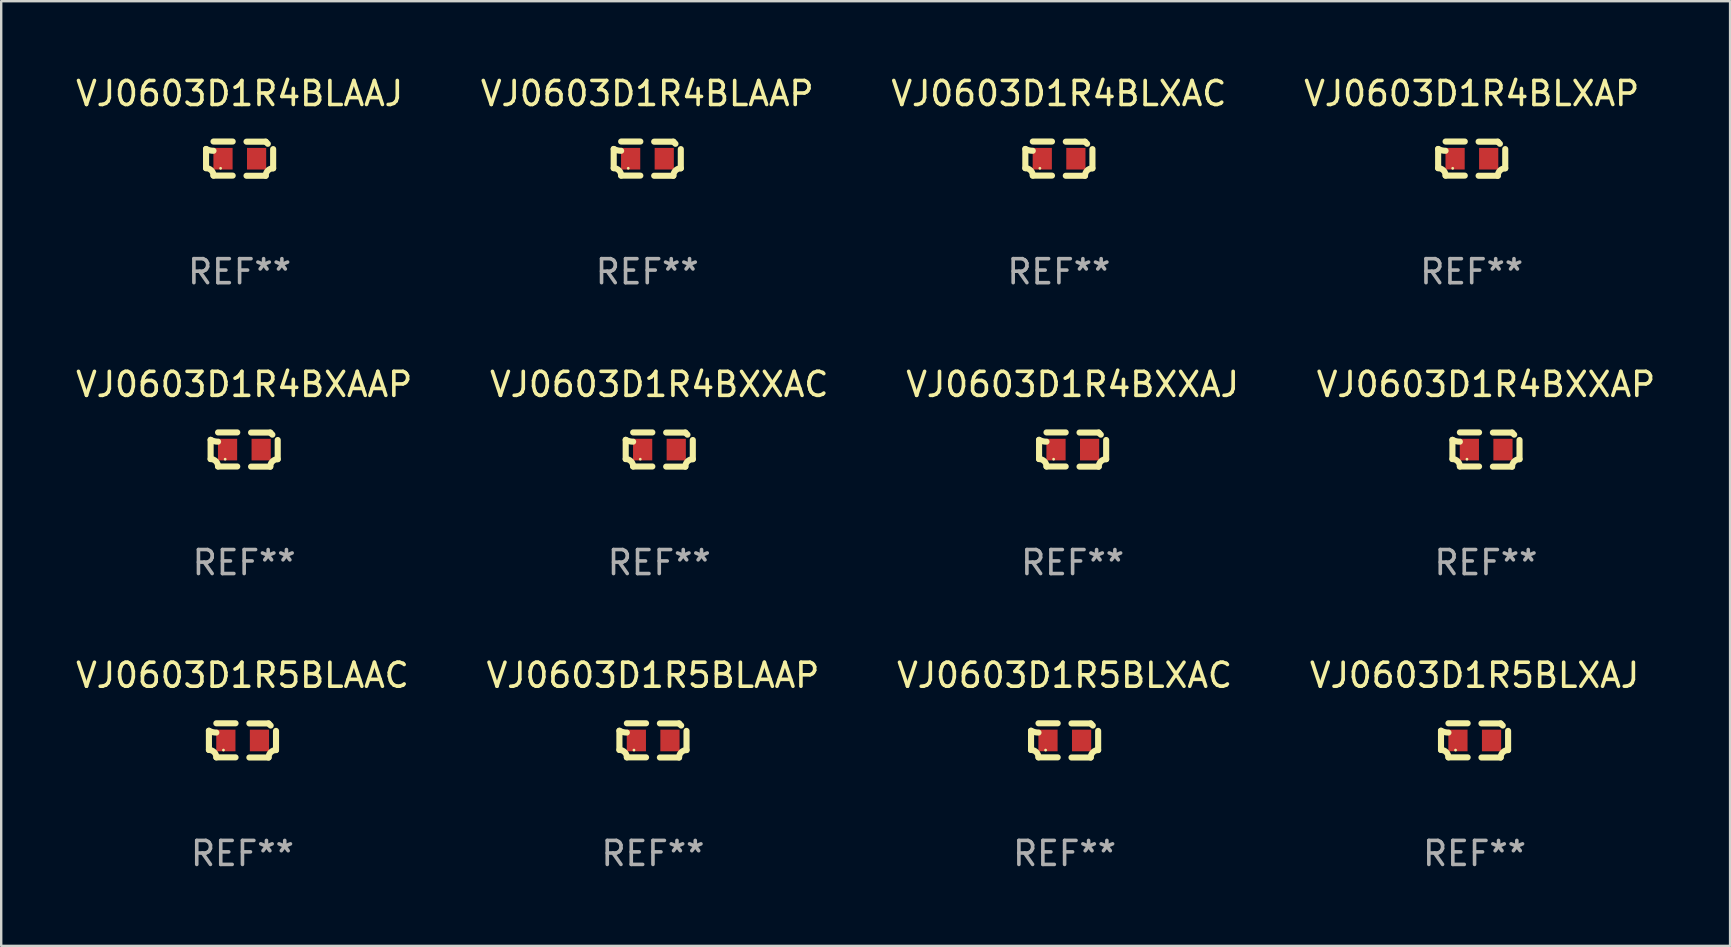
<source format=kicad_pcb>
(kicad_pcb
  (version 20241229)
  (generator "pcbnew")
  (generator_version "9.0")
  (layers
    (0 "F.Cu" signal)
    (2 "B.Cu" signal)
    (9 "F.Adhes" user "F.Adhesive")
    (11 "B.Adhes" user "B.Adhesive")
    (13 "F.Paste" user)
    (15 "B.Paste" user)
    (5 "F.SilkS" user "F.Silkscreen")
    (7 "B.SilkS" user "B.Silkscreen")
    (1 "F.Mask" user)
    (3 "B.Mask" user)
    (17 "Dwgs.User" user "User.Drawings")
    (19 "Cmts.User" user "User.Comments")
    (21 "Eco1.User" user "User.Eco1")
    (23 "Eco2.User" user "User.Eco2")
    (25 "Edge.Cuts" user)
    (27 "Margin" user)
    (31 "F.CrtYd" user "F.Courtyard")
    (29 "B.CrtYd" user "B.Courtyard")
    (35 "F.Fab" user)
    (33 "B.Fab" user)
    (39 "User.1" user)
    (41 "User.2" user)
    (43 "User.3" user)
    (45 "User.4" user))
  (footprint "VJ0603D1R4BLAAP"
    (layer "F.Cu")
    (at 23.923 3.561)
    (property "Reference" "VJ0603D1R4BLAAP" (at 0 -2.713 0) (layer "F.SilkS") (effects (font (size 1 1) (thickness 0.15))))
    (attr through_hole)
    (fp_line (start -1.398 -0.403) (end -1.398 0.397) (stroke (width 0.254) (type solid)) (layer "F.SilkS"))
    (fp_line (start -0.288 -0.713) (end -1.088 -0.713) (stroke (width 0.254) (type solid)) (layer "F.SilkS"))
    (fp_line (start -0.288 0.707) (end -1.088 0.707) (stroke (width 0.254) (type solid)) (layer "F.SilkS"))
    (fp_line (start 0.288 -0.707) (end 1.088 -0.707) (stroke (width 0.254) (type solid)) (layer "F.SilkS"))
    (fp_line (start 0.288 0.713) (end 1.088 0.713) (stroke (width 0.254) (type solid)) (layer "F.SilkS"))
    (fp_line (start 1.398 -0.397) (end 1.398 0.403) (stroke (width 0.254) (type solid)) (layer "F.SilkS"))
    (fp_arc (start -1.397789 0.397066) (mid -1.178701 0.487826) (end -1.08796 0.706922) (stroke (width 0.254001) (type solid)) (layer "F.SilkS"))
    (fp_arc (start -1.08796 -0.327176) (mid -1.247436 -0.346384) (end -1.39779 -0.402908) (stroke (width 0.254001) (type solid)) (layer "F.SilkS"))
    (fp_arc (start 1.087909 0.712738) (mid 1.178656 0.493655) (end 1.397739 0.402908) (stroke (width 0.254001) (type solid)) (layer "F.SilkS"))
    (fp_arc (start 1.175925 -0.618926) (mid 1.131917 -0.662923) (end 1.08791 -0.706922) (stroke (width 0.254001) (type solid)) (layer "F.SilkS"))
    (fp_circle (center -0.792 0.403) (end -0.762 0.403) (stroke (width 0.06) (type solid)) (fill no) (layer "F.SilkS"))
    (fp_text user "REF**" (at 0 4.713 0) (layer "F.Fab") (effects (font (size 1 1) (thickness 0.15))))
    (pad "1" smd rect (at -0.692 0.003) (size 0.8 0.9) (layers "F.Cu" "F.Mask" "F.Paste"))
    (pad "2" smd rect (at 0.708 0.003) (size 0.8 0.9) (layers "F.Cu" "F.Mask" "F.Paste")))
  (footprint "VJ0603D1R4BXXAP"
    (layer "F.Cu")
    (at 58.875 15.683)
    (property "Reference" "VJ0603D1R4BXXAP" (at 0 -2.713 0) (layer "F.SilkS") (effects (font (size 1 1) (thickness 0.15))))
    (attr through_hole)
    (fp_line (start -1.398 -0.403) (end -1.398 0.397) (stroke (width 0.254) (type solid)) (layer "F.SilkS"))
    (fp_line (start -0.288 -0.713) (end -1.088 -0.713) (stroke (width 0.254) (type solid)) (layer "F.SilkS"))
    (fp_line (start -0.288 0.707) (end -1.088 0.707) (stroke (width 0.254) (type solid)) (layer "F.SilkS"))
    (fp_line (start 0.288 -0.707) (end 1.088 -0.707) (stroke (width 0.254) (type solid)) (layer "F.SilkS"))
    (fp_line (start 0.288 0.713) (end 1.088 0.713) (stroke (width 0.254) (type solid)) (layer "F.SilkS"))
    (fp_line (start 1.398 -0.397) (end 1.398 0.403) (stroke (width 0.254) (type solid)) (layer "F.SilkS"))
    (fp_arc (start -1.397789 0.397066) (mid -1.178701 0.487826) (end -1.08796 0.706922) (stroke (width 0.254001) (type solid)) (layer "F.SilkS"))
    (fp_arc (start -1.08796 -0.327176) (mid -1.247436 -0.346384) (end -1.39779 -0.402908) (stroke (width 0.254001) (type solid)) (layer "F.SilkS"))
    (fp_arc (start 1.087909 0.712738) (mid 1.178656 0.493655) (end 1.397739 0.402908) (stroke (width 0.254001) (type solid)) (layer "F.SilkS"))
    (fp_arc (start 1.175925 -0.618926) (mid 1.131917 -0.662923) (end 1.08791 -0.706922) (stroke (width 0.254001) (type solid)) (layer "F.SilkS"))
    (fp_circle (center -0.792 0.403) (end -0.762 0.403) (stroke (width 0.06) (type solid)) (fill no) (layer "F.SilkS"))
    (fp_text user "REF**" (at 0 4.713 0) (layer "F.Fab") (effects (font (size 1 1) (thickness 0.15))))
    (pad "1" smd rect (at -0.692 0.003) (size 0.8 0.9) (layers "F.Cu" "F.Mask" "F.Paste"))
    (pad "2" smd rect (at 0.708 0.003) (size 0.8 0.9) (layers "F.Cu" "F.Mask" "F.Paste")))
  (footprint "VJ0603D1R4BXAAP"
    (layer "F.Cu")
    (at 7.125 15.683)
    (property "Reference" "VJ0603D1R4BXAAP" (at 0 -2.713 0) (layer "F.SilkS") (effects (font (size 1 1) (thickness 0.15))))
    (attr through_hole)
    (fp_line (start -1.398 -0.403) (end -1.398 0.397) (stroke (width 0.254) (type solid)) (layer "F.SilkS"))
    (fp_line (start -0.288 -0.713) (end -1.088 -0.713) (stroke (width 0.254) (type solid)) (layer "F.SilkS"))
    (fp_line (start -0.288 0.707) (end -1.088 0.707) (stroke (width 0.254) (type solid)) (layer "F.SilkS"))
    (fp_line (start 0.288 -0.707) (end 1.088 -0.707) (stroke (width 0.254) (type solid)) (layer "F.SilkS"))
    (fp_line (start 0.288 0.713) (end 1.088 0.713) (stroke (width 0.254) (type solid)) (layer "F.SilkS"))
    (fp_line (start 1.398 -0.397) (end 1.398 0.403) (stroke (width 0.254) (type solid)) (layer "F.SilkS"))
    (fp_arc (start -1.397789 0.397066) (mid -1.178701 0.487826) (end -1.08796 0.706922) (stroke (width 0.254001) (type solid)) (layer "F.SilkS"))
    (fp_arc (start -1.08796 -0.327176) (mid -1.247436 -0.346384) (end -1.39779 -0.402908) (stroke (width 0.254001) (type solid)) (layer "F.SilkS"))
    (fp_arc (start 1.087909 0.712738) (mid 1.178656 0.493655) (end 1.397739 0.402908) (stroke (width 0.254001) (type solid)) (layer "F.SilkS"))
    (fp_arc (start 1.175925 -0.618926) (mid 1.131917 -0.662923) (end 1.08791 -0.706922) (stroke (width 0.254001) (type solid)) (layer "F.SilkS"))
    (fp_circle (center -0.792 0.403) (end -0.762 0.403) (stroke (width 0.06) (type solid)) (fill no) (layer "F.SilkS"))
    (fp_text user "REF**" (at 0 4.713 0) (layer "F.Fab") (effects (font (size 1 1) (thickness 0.15))))
    (pad "1" smd rect (at -0.692 0.003) (size 0.8 0.9) (layers "F.Cu" "F.Mask" "F.Paste"))
    (pad "2" smd rect (at 0.708 0.003) (size 0.8 0.9) (layers "F.Cu" "F.Mask" "F.Paste")))
  (footprint "VJ0603D1R4BLAAJ"
    (layer "F.Cu")
    (at 6.935 3.561)
    (property "Reference" "VJ0603D1R4BLAAJ" (at 0 -2.713 0) (layer "F.SilkS") (effects (font (size 1 1) (thickness 0.15))))
    (attr through_hole)
    (fp_line (start -1.398 -0.403) (end -1.398 0.397) (stroke (width 0.254) (type solid)) (layer "F.SilkS"))
    (fp_line (start -0.288 -0.713) (end -1.088 -0.713) (stroke (width 0.254) (type solid)) (layer "F.SilkS"))
    (fp_line (start -0.288 0.707) (end -1.088 0.707) (stroke (width 0.254) (type solid)) (layer "F.SilkS"))
    (fp_line (start 0.288 -0.707) (end 1.088 -0.707) (stroke (width 0.254) (type solid)) (layer "F.SilkS"))
    (fp_line (start 0.288 0.713) (end 1.088 0.713) (stroke (width 0.254) (type solid)) (layer "F.SilkS"))
    (fp_line (start 1.398 -0.397) (end 1.398 0.403) (stroke (width 0.254) (type solid)) (layer "F.SilkS"))
    (fp_arc (start -1.397789 0.397066) (mid -1.178701 0.487826) (end -1.08796 0.706922) (stroke (width 0.254001) (type solid)) (layer "F.SilkS"))
    (fp_arc (start -1.08796 -0.327176) (mid -1.247436 -0.346384) (end -1.39779 -0.402908) (stroke (width 0.254001) (type solid)) (layer "F.SilkS"))
    (fp_arc (start 1.087909 0.712738) (mid 1.178656 0.493655) (end 1.397739 0.402908) (stroke (width 0.254001) (type solid)) (layer "F.SilkS"))
    (fp_arc (start 1.175925 -0.618926) (mid 1.131917 -0.662923) (end 1.08791 -0.706922) (stroke (width 0.254001) (type solid)) (layer "F.SilkS"))
    (fp_circle (center -0.792 0.403) (end -0.762 0.403) (stroke (width 0.06) (type solid)) (fill no) (layer "F.SilkS"))
    (fp_text user "REF**" (at 0 4.713 0) (layer "F.Fab") (effects (font (size 1 1) (thickness 0.15))))
    (pad "1" smd rect (at -0.692 0.003) (size 0.8 0.9) (layers "F.Cu" "F.Mask" "F.Paste"))
    (pad "2" smd rect (at 0.708 0.003) (size 0.8 0.9) (layers "F.Cu" "F.Mask" "F.Paste")))
  (footprint "VJ0603D1R5BLAAP"
    (layer "F.Cu")
    (at 24.161 27.805)
    (property "Reference" "VJ0603D1R5BLAAP" (at 0 -2.713 0) (layer "F.SilkS") (effects (font (size 1 1) (thickness 0.15))))
    (attr through_hole)
    (fp_line (start -1.398 -0.403) (end -1.398 0.397) (stroke (width 0.254) (type solid)) (layer "F.SilkS"))
    (fp_line (start -0.288 -0.713) (end -1.088 -0.713) (stroke (width 0.254) (type solid)) (layer "F.SilkS"))
    (fp_line (start -0.288 0.707) (end -1.088 0.707) (stroke (width 0.254) (type solid)) (layer "F.SilkS"))
    (fp_line (start 0.288 -0.707) (end 1.088 -0.707) (stroke (width 0.254) (type solid)) (layer "F.SilkS"))
    (fp_line (start 0.288 0.713) (end 1.088 0.713) (stroke (width 0.254) (type solid)) (layer "F.SilkS"))
    (fp_line (start 1.398 -0.397) (end 1.398 0.403) (stroke (width 0.254) (type solid)) (layer "F.SilkS"))
    (fp_arc (start -1.397789 0.397066) (mid -1.178701 0.487826) (end -1.08796 0.706922) (stroke (width 0.254001) (type solid)) (layer "F.SilkS"))
    (fp_arc (start -1.08796 -0.327176) (mid -1.247436 -0.346384) (end -1.39779 -0.402908) (stroke (width 0.254001) (type solid)) (layer "F.SilkS"))
    (fp_arc (start 1.087909 0.712738) (mid 1.178656 0.493655) (end 1.397739 0.402908) (stroke (width 0.254001) (type solid)) (layer "F.SilkS"))
    (fp_arc (start 1.175925 -0.618926) (mid 1.131917 -0.662923) (end 1.08791 -0.706922) (stroke (width 0.254001) (type solid)) (layer "F.SilkS"))
    (fp_circle (center -0.792 0.403) (end -0.762 0.403) (stroke (width 0.06) (type solid)) (fill no) (layer "F.SilkS"))
    (fp_text user "REF**" (at 0 4.713 0) (layer "F.Fab") (effects (font (size 1 1) (thickness 0.15))))
    (pad "1" smd rect (at -0.692 0.003) (size 0.8 0.9) (layers "F.Cu" "F.Mask" "F.Paste"))
    (pad "2" smd rect (at 0.708 0.003) (size 0.8 0.9) (layers "F.Cu" "F.Mask" "F.Paste")))
  (footprint "VJ0603D1R4BLXAP"
    (layer "F.Cu")
    (at 58.28 3.561)
    (property "Reference" "VJ0603D1R4BLXAP" (at 0 -2.713 0) (layer "F.SilkS") (effects (font (size 1 1) (thickness 0.15))))
    (attr through_hole)
    (fp_line (start -1.398 -0.403) (end -1.398 0.397) (stroke (width 0.254) (type solid)) (layer "F.SilkS"))
    (fp_line (start -0.288 -0.713) (end -1.088 -0.713) (stroke (width 0.254) (type solid)) (layer "F.SilkS"))
    (fp_line (start -0.288 0.707) (end -1.088 0.707) (stroke (width 0.254) (type solid)) (layer "F.SilkS"))
    (fp_line (start 0.288 -0.707) (end 1.088 -0.707) (stroke (width 0.254) (type solid)) (layer "F.SilkS"))
    (fp_line (start 0.288 0.713) (end 1.088 0.713) (stroke (width 0.254) (type solid)) (layer "F.SilkS"))
    (fp_line (start 1.398 -0.397) (end 1.398 0.403) (stroke (width 0.254) (type solid)) (layer "F.SilkS"))
    (fp_arc (start -1.397789 0.397066) (mid -1.178701 0.487826) (end -1.08796 0.706922) (stroke (width 0.254001) (type solid)) (layer "F.SilkS"))
    (fp_arc (start -1.08796 -0.327176) (mid -1.247436 -0.346384) (end -1.39779 -0.402908) (stroke (width 0.254001) (type solid)) (layer "F.SilkS"))
    (fp_arc (start 1.087909 0.712738) (mid 1.178656 0.493655) (end 1.397739 0.402908) (stroke (width 0.254001) (type solid)) (layer "F.SilkS"))
    (fp_arc (start 1.175925 -0.618926) (mid 1.131917 -0.662923) (end 1.08791 -0.706922) (stroke (width 0.254001) (type solid)) (layer "F.SilkS"))
    (fp_circle (center -0.792 0.403) (end -0.762 0.403) (stroke (width 0.06) (type solid)) (fill no) (layer "F.SilkS"))
    (fp_text user "REF**" (at 0 4.713 0) (layer "F.Fab") (effects (font (size 1 1) (thickness 0.15))))
    (pad "1" smd rect (at -0.692 0.003) (size 0.8 0.9) (layers "F.Cu" "F.Mask" "F.Paste"))
    (pad "2" smd rect (at 0.708 0.003) (size 0.8 0.9) (layers "F.Cu" "F.Mask" "F.Paste")))
  (footprint "VJ0603D1R4BXXAJ"
    (layer "F.Cu")
    (at 41.649 15.683)
    (property "Reference" "VJ0603D1R4BXXAJ" (at 0 -2.713 0) (layer "F.SilkS") (effects (font (size 1 1) (thickness 0.15))))
    (attr through_hole)
    (fp_line (start -1.398 -0.403) (end -1.398 0.397) (stroke (width 0.254) (type solid)) (layer "F.SilkS"))
    (fp_line (start -0.288 -0.713) (end -1.088 -0.713) (stroke (width 0.254) (type solid)) (layer "F.SilkS"))
    (fp_line (start -0.288 0.707) (end -1.088 0.707) (stroke (width 0.254) (type solid)) (layer "F.SilkS"))
    (fp_line (start 0.288 -0.707) (end 1.088 -0.707) (stroke (width 0.254) (type solid)) (layer "F.SilkS"))
    (fp_line (start 0.288 0.713) (end 1.088 0.713) (stroke (width 0.254) (type solid)) (layer "F.SilkS"))
    (fp_line (start 1.398 -0.397) (end 1.398 0.403) (stroke (width 0.254) (type solid)) (layer "F.SilkS"))
    (fp_arc (start -1.397789 0.397066) (mid -1.178701 0.487826) (end -1.08796 0.706922) (stroke (width 0.254001) (type solid)) (layer "F.SilkS"))
    (fp_arc (start -1.08796 -0.327176) (mid -1.247436 -0.346384) (end -1.39779 -0.402908) (stroke (width 0.254001) (type solid)) (layer "F.SilkS"))
    (fp_arc (start 1.087909 0.712738) (mid 1.178656 0.493655) (end 1.397739 0.402908) (stroke (width 0.254001) (type solid)) (layer "F.SilkS"))
    (fp_arc (start 1.175925 -0.618926) (mid 1.131917 -0.662923) (end 1.08791 -0.706922) (stroke (width 0.254001) (type solid)) (layer "F.SilkS"))
    (fp_circle (center -0.792 0.403) (end -0.762 0.403) (stroke (width 0.06) (type solid)) (fill no) (layer "F.SilkS"))
    (fp_text user "REF**" (at 0 4.713 0) (layer "F.Fab") (effects (font (size 1 1) (thickness 0.15))))
    (pad "1" smd rect (at -0.692 0.003) (size 0.8 0.9) (layers "F.Cu" "F.Mask" "F.Paste"))
    (pad "2" smd rect (at 0.708 0.003) (size 0.8 0.9) (layers "F.Cu" "F.Mask" "F.Paste")))
  (footprint "VJ0603D1R4BLXAC"
    (layer "F.Cu")
    (at 41.077 3.561)
    (property "Reference" "VJ0603D1R4BLXAC" (at 0 -2.713 0) (layer "F.SilkS") (effects (font (size 1 1) (thickness 0.15))))
    (attr through_hole)
    (fp_line (start -1.398 -0.403) (end -1.398 0.397) (stroke (width 0.254) (type solid)) (layer "F.SilkS"))
    (fp_line (start -0.288 -0.713) (end -1.088 -0.713) (stroke (width 0.254) (type solid)) (layer "F.SilkS"))
    (fp_line (start -0.288 0.707) (end -1.088 0.707) (stroke (width 0.254) (type solid)) (layer "F.SilkS"))
    (fp_line (start 0.288 -0.707) (end 1.088 -0.707) (stroke (width 0.254) (type solid)) (layer "F.SilkS"))
    (fp_line (start 0.288 0.713) (end 1.088 0.713) (stroke (width 0.254) (type solid)) (layer "F.SilkS"))
    (fp_line (start 1.398 -0.397) (end 1.398 0.403) (stroke (width 0.254) (type solid)) (layer "F.SilkS"))
    (fp_arc (start -1.397789 0.397066) (mid -1.178701 0.487826) (end -1.08796 0.706922) (stroke (width 0.254001) (type solid)) (layer "F.SilkS"))
    (fp_arc (start -1.08796 -0.327176) (mid -1.247436 -0.346384) (end -1.39779 -0.402908) (stroke (width 0.254001) (type solid)) (layer "F.SilkS"))
    (fp_arc (start 1.087909 0.712738) (mid 1.178656 0.493655) (end 1.397739 0.402908) (stroke (width 0.254001) (type solid)) (layer "F.SilkS"))
    (fp_arc (start 1.175925 -0.618926) (mid 1.131917 -0.662923) (end 1.08791 -0.706922) (stroke (width 0.254001) (type solid)) (layer "F.SilkS"))
    (fp_circle (center -0.792 0.403) (end -0.762 0.403) (stroke (width 0.06) (type solid)) (fill no) (layer "F.SilkS"))
    (fp_text user "REF**" (at 0 4.713 0) (layer "F.Fab") (effects (font (size 1 1) (thickness 0.15))))
    (pad "1" smd rect (at -0.692 0.003) (size 0.8 0.9) (layers "F.Cu" "F.Mask" "F.Paste"))
    (pad "2" smd rect (at 0.708 0.003) (size 0.8 0.9) (layers "F.Cu" "F.Mask" "F.Paste")))
  (footprint "VJ0603D1R5BLAAC"
    (layer "F.Cu")
    (at 7.054 27.805)
    (property "Reference" "VJ0603D1R5BLAAC" (at 0 -2.713 0) (layer "F.SilkS") (effects (font (size 1 1) (thickness 0.15))))
    (attr through_hole)
    (fp_line (start -1.398 -0.403) (end -1.398 0.397) (stroke (width 0.254) (type solid)) (layer "F.SilkS"))
    (fp_line (start -0.288 -0.713) (end -1.088 -0.713) (stroke (width 0.254) (type solid)) (layer "F.SilkS"))
    (fp_line (start -0.288 0.707) (end -1.088 0.707) (stroke (width 0.254) (type solid)) (layer "F.SilkS"))
    (fp_line (start 0.288 -0.707) (end 1.088 -0.707) (stroke (width 0.254) (type solid)) (layer "F.SilkS"))
    (fp_line (start 0.288 0.713) (end 1.088 0.713) (stroke (width 0.254) (type solid)) (layer "F.SilkS"))
    (fp_line (start 1.398 -0.397) (end 1.398 0.403) (stroke (width 0.254) (type solid)) (layer "F.SilkS"))
    (fp_arc (start -1.397789 0.397066) (mid -1.178701 0.487826) (end -1.08796 0.706922) (stroke (width 0.254001) (type solid)) (layer "F.SilkS"))
    (fp_arc (start -1.08796 -0.327176) (mid -1.247436 -0.346384) (end -1.39779 -0.402908) (stroke (width 0.254001) (type solid)) (layer "F.SilkS"))
    (fp_arc (start 1.087909 0.712738) (mid 1.178656 0.493655) (end 1.397739 0.402908) (stroke (width 0.254001) (type solid)) (layer "F.SilkS"))
    (fp_arc (start 1.175925 -0.618926) (mid 1.131917 -0.662923) (end 1.08791 -0.706922) (stroke (width 0.254001) (type solid)) (layer "F.SilkS"))
    (fp_circle (center -0.792 0.403) (end -0.762 0.403) (stroke (width 0.06) (type solid)) (fill no) (layer "F.SilkS"))
    (fp_text user "REF**" (at 0 4.713 0) (layer "F.Fab") (effects (font (size 1 1) (thickness 0.15))))
    (pad "1" smd rect (at -0.692 0.003) (size 0.8 0.9) (layers "F.Cu" "F.Mask" "F.Paste"))
    (pad "2" smd rect (at 0.708 0.003) (size 0.8 0.9) (layers "F.Cu" "F.Mask" "F.Paste")))
  (footprint "VJ0603D1R4BXXAC"
    (layer "F.Cu")
    (at 24.423 15.683)
    (property "Reference" "VJ0603D1R4BXXAC" (at 0 -2.713 0) (layer "F.SilkS") (effects (font (size 1 1) (thickness 0.15))))
    (attr through_hole)
    (fp_line (start -1.398 -0.403) (end -1.398 0.397) (stroke (width 0.254) (type solid)) (layer "F.SilkS"))
    (fp_line (start -0.288 -0.713) (end -1.088 -0.713) (stroke (width 0.254) (type solid)) (layer "F.SilkS"))
    (fp_line (start -0.288 0.707) (end -1.088 0.707) (stroke (width 0.254) (type solid)) (layer "F.SilkS"))
    (fp_line (start 0.288 -0.707) (end 1.088 -0.707) (stroke (width 0.254) (type solid)) (layer "F.SilkS"))
    (fp_line (start 0.288 0.713) (end 1.088 0.713) (stroke (width 0.254) (type solid)) (layer "F.SilkS"))
    (fp_line (start 1.398 -0.397) (end 1.398 0.403) (stroke (width 0.254) (type solid)) (layer "F.SilkS"))
    (fp_arc (start -1.397789 0.397066) (mid -1.178701 0.487826) (end -1.08796 0.706922) (stroke (width 0.254001) (type solid)) (layer "F.SilkS"))
    (fp_arc (start -1.08796 -0.327176) (mid -1.247436 -0.346384) (end -1.39779 -0.402908) (stroke (width 0.254001) (type solid)) (layer "F.SilkS"))
    (fp_arc (start 1.087909 0.712738) (mid 1.178656 0.493655) (end 1.397739 0.402908) (stroke (width 0.254001) (type solid)) (layer "F.SilkS"))
    (fp_arc (start 1.175925 -0.618926) (mid 1.131917 -0.662923) (end 1.08791 -0.706922) (stroke (width 0.254001) (type solid)) (layer "F.SilkS"))
    (fp_circle (center -0.792 0.403) (end -0.762 0.403) (stroke (width 0.06) (type solid)) (fill no) (layer "F.SilkS"))
    (fp_text user "REF**" (at 0 4.713 0) (layer "F.Fab") (effects (font (size 1 1) (thickness 0.15))))
    (pad "1" smd rect (at -0.692 0.003) (size 0.8 0.9) (layers "F.Cu" "F.Mask" "F.Paste"))
    (pad "2" smd rect (at 0.708 0.003) (size 0.8 0.9) (layers "F.Cu" "F.Mask" "F.Paste")))
  (footprint "VJ0603D1R5BLXAC"
    (layer "F.Cu")
    (at 41.315 27.805)
    (property "Reference" "VJ0603D1R5BLXAC" (at 0 -2.713 0) (layer "F.SilkS") (effects (font (size 1 1) (thickness 0.15))))
    (attr through_hole)
    (fp_line (start -1.398 -0.403) (end -1.398 0.397) (stroke (width 0.254) (type solid)) (layer "F.SilkS"))
    (fp_line (start -0.288 -0.713) (end -1.088 -0.713) (stroke (width 0.254) (type solid)) (layer "F.SilkS"))
    (fp_line (start -0.288 0.707) (end -1.088 0.707) (stroke (width 0.254) (type solid)) (layer "F.SilkS"))
    (fp_line (start 0.288 -0.707) (end 1.088 -0.707) (stroke (width 0.254) (type solid)) (layer "F.SilkS"))
    (fp_line (start 0.288 0.713) (end 1.088 0.713) (stroke (width 0.254) (type solid)) (layer "F.SilkS"))
    (fp_line (start 1.398 -0.397) (end 1.398 0.403) (stroke (width 0.254) (type solid)) (layer "F.SilkS"))
    (fp_arc (start -1.397789 0.397066) (mid -1.178701 0.487826) (end -1.08796 0.706922) (stroke (width 0.254001) (type solid)) (layer "F.SilkS"))
    (fp_arc (start -1.08796 -0.327176) (mid -1.247436 -0.346384) (end -1.39779 -0.402908) (stroke (width 0.254001) (type solid)) (layer "F.SilkS"))
    (fp_arc (start 1.087909 0.712738) (mid 1.178656 0.493655) (end 1.397739 0.402908) (stroke (width 0.254001) (type solid)) (layer "F.SilkS"))
    (fp_arc (start 1.175925 -0.618926) (mid 1.131917 -0.662923) (end 1.08791 -0.706922) (stroke (width 0.254001) (type solid)) (layer "F.SilkS"))
    (fp_circle (center -0.792 0.403) (end -0.762 0.403) (stroke (width 0.06) (type solid)) (fill no) (layer "F.SilkS"))
    (fp_text user "REF**" (at 0 4.713 0) (layer "F.Fab") (effects (font (size 1 1) (thickness 0.15))))
    (pad "1" smd rect (at -0.692 0.003) (size 0.8 0.9) (layers "F.Cu" "F.Mask" "F.Paste"))
    (pad "2" smd rect (at 0.708 0.003) (size 0.8 0.9) (layers "F.Cu" "F.Mask" "F.Paste")))
  (footprint "VJ0603D1R5BLXAJ"
    (layer "F.Cu")
    (at 58.399 27.805)
    (property "Reference" "VJ0603D1R5BLXAJ" (at 0 -2.713 0) (layer "F.SilkS") (effects (font (size 1 1) (thickness 0.15))))
    (attr through_hole)
    (fp_line (start -1.398 -0.403) (end -1.398 0.397) (stroke (width 0.254) (type solid)) (layer "F.SilkS"))
    (fp_line (start -0.288 -0.713) (end -1.088 -0.713) (stroke (width 0.254) (type solid)) (layer "F.SilkS"))
    (fp_line (start -0.288 0.707) (end -1.088 0.707) (stroke (width 0.254) (type solid)) (layer "F.SilkS"))
    (fp_line (start 0.288 -0.707) (end 1.088 -0.707) (stroke (width 0.254) (type solid)) (layer "F.SilkS"))
    (fp_line (start 0.288 0.713) (end 1.088 0.713) (stroke (width 0.254) (type solid)) (layer "F.SilkS"))
    (fp_line (start 1.398 -0.397) (end 1.398 0.403) (stroke (width 0.254) (type solid)) (layer "F.SilkS"))
    (fp_arc (start -1.397789 0.397066) (mid -1.178701 0.487826) (end -1.08796 0.706922) (stroke (width 0.254001) (type solid)) (layer "F.SilkS"))
    (fp_arc (start -1.08796 -0.327176) (mid -1.247436 -0.346384) (end -1.39779 -0.402908) (stroke (width 0.254001) (type solid)) (layer "F.SilkS"))
    (fp_arc (start 1.087909 0.712738) (mid 1.178656 0.493655) (end 1.397739 0.402908) (stroke (width 0.254001) (type solid)) (layer "F.SilkS"))
    (fp_arc (start 1.175925 -0.618926) (mid 1.131917 -0.662923) (end 1.08791 -0.706922) (stroke (width 0.254001) (type solid)) (layer "F.SilkS"))
    (fp_circle (center -0.792 0.403) (end -0.762 0.403) (stroke (width 0.06) (type solid)) (fill no) (layer "F.SilkS"))
    (fp_text user "REF**" (at 0 4.713 0) (layer "F.Fab") (effects (font (size 1 1) (thickness 0.15))))
    (pad "1" smd rect (at -0.692 0.003) (size 0.8 0.9) (layers "F.Cu" "F.Mask" "F.Paste"))
    (pad "2" smd rect (at 0.708 0.003) (size 0.8 0.9) (layers "F.Cu" "F.Mask" "F.Paste")))
  (gr_rect
    (start -3 -3)
    (end 69.048 36.366)
    (stroke (width 0.1) (type default))
    (fill no)
    (layer "Edge.Cuts")))
</source>
